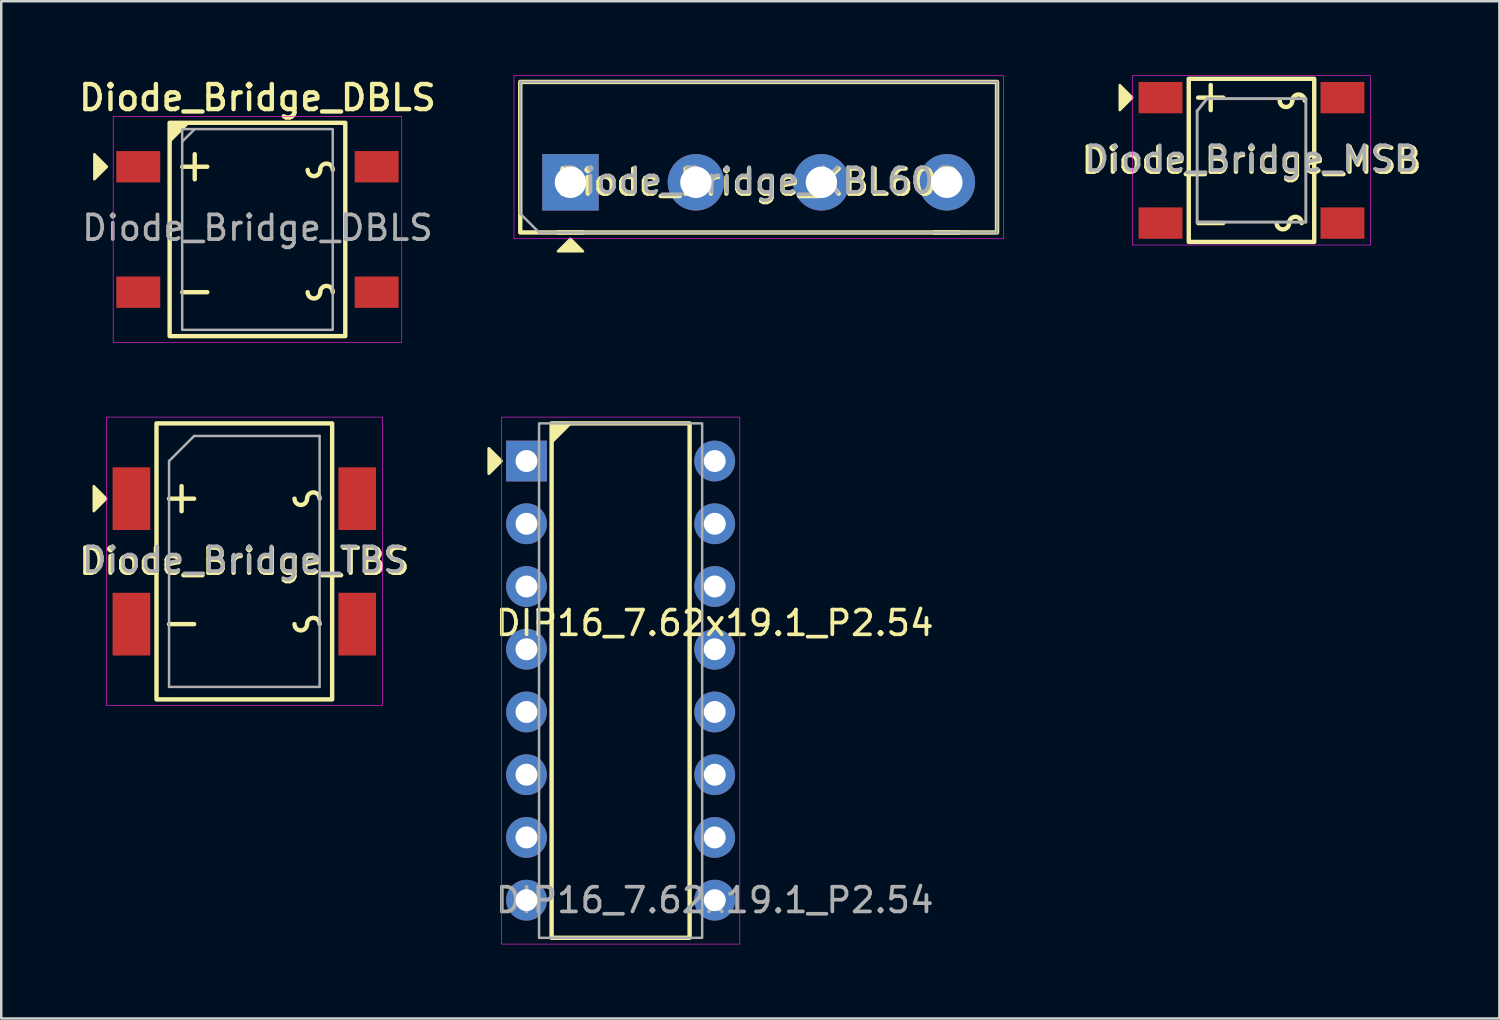
<source format=kicad_pcb>
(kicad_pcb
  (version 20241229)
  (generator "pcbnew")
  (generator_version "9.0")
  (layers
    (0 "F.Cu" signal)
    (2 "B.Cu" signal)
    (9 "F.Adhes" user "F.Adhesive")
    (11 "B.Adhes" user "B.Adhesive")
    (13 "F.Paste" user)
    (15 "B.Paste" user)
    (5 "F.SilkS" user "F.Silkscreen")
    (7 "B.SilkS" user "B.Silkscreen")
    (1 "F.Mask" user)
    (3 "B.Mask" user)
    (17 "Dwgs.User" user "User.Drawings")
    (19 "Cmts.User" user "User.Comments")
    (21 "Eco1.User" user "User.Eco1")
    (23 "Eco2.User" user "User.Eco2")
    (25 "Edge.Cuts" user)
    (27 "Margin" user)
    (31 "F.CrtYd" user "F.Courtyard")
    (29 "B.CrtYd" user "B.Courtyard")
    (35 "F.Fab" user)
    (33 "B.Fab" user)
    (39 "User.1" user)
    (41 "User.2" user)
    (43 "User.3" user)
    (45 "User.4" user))
  (footprint "Diode_Bridge_DBLS"
    (layer "F.Cu")
    (at 7.374 6.24)
    (property "Reference" "Diode_Bridge_DBLS" (at 0 -5.334 0) (layer "F.SilkS") (effects (font (size 1.016 1.016) (thickness 0.178))))
    (attr smd)
    (fp_line (start -3.048 -2.54) (end -2.032 -2.54) (stroke (width 0.178) (type solid)) (layer "F.SilkS"))
    (fp_line (start -3.048 2.54) (end -2.032 2.54) (stroke (width 0.178) (type solid)) (layer "F.SilkS"))
    (fp_line (start -2.54 -3.048) (end -2.54 -2.032) (stroke (width 0.178) (type solid)) (layer "F.SilkS"))
    (fp_rect (start -3.556 -4.318) (end 3.556 4.318) (stroke (width 0.178) (type solid)) (fill no) (layer "F.SilkS"))
    (fp_arc (start 2.54 -2.413) (mid 2.286 -2.159) (end 2.032 -2.413) (stroke (width 0.1778) (type solid)) (layer "F.SilkS"))
    (fp_arc (start 2.54 -2.413) (mid 2.794 -2.667) (end 3.048 -2.413) (stroke (width 0.1778) (type solid)) (layer "F.SilkS"))
    (fp_arc (start 2.54 2.54) (mid 2.286 2.794) (end 2.032 2.54) (stroke (width 0.1778) (type solid)) (layer "F.SilkS"))
    (fp_arc (start 2.54 2.54) (mid 2.794 2.286) (end 3.048 2.54) (stroke (width 0.1778) (type solid)) (layer "F.SilkS"))
    (fp_poly (pts (xy -6.096 -2.54) (xy -6.604 -2.032) (xy -6.604 -3.048)) (stroke (width 0.1) (type solid)) (fill yes) (layer "F.SilkS"))
    (fp_poly (pts (xy -3.556 -3.556) (xy -3.556 -4.318) (xy -2.794 -4.318)) (stroke (width 0.1) (type solid)) (fill yes) (layer "F.SilkS"))
    (fp_rect (start -5.842 -4.572) (end 5.842 4.572) (stroke (width 0.025) (type solid)) (fill no) (layer "F.CrtYd"))
    (fp_line (start -3.048 -3.556) (end -2.54 -4.064) (stroke (width 0.1) (type solid)) (layer "F.Fab"))
    (fp_rect (start -3.048 -4.064) (end 3.048 4.064) (stroke (width 0.1) (type solid)) (fill no) (layer "F.Fab"))
    (fp_text user "${REFERENCE}" (at 0 -0.065 0) (layer "F.Fab") (effects (font (size 1 1) (thickness 0.15))))
    (pad "1" smd rect (at -4.826 -2.54) (size 1.778 1.27) (layers "F.Cu" "F.Mask" "F.Paste"))
    (pad "2" smd rect (at -4.826 2.54) (size 1.778 1.27) (layers "F.Cu" "F.Mask" "F.Paste"))
    (pad "3" smd rect (at 4.826 2.54) (size 1.778 1.27) (layers "F.Cu" "F.Mask" "F.Paste"))
    (pad "4" smd rect (at 4.826 -2.54) (size 1.778 1.27) (layers "F.Cu" "F.Mask" "F.Paste")))
  (footprint "DIP16_7.62x19.1_P2.54"
    (layer "F.Cu")
    (at 22.077 24.506)
    (property "Reference" "DIP16_7.62x19.1_P2.54" (at 3.81 -2.33 0) (layer "F.SilkS") (effects (font (size 1 1) (thickness 0.15))))
    (attr through_hole)
    (fp_rect (start -2.794 -10.414) (end 2.794 10.414) (stroke (width 0.178) (type solid)) (fill no) (layer "F.SilkS"))
    (fp_poly (pts (xy -4.826 -8.89) (xy -5.334 -8.382) (xy -5.334 -9.398)) (stroke (width 0.12) (type solid)) (fill yes) (layer "F.SilkS"))
    (fp_poly (pts (xy -2.794 -9.652) (xy -2.794 -10.414) (xy -2.032 -10.414)) (stroke (width 0.12) (type solid)) (fill yes) (layer "F.SilkS"))
    (fp_rect (start -4.826 10.668) (end 4.826 -10.668) (stroke (width 0.025) (type solid)) (fill no) (layer "F.CrtYd"))
    (fp_rect (start -3.302 10.414) (end 3.302 -10.414) (stroke (width 0.1) (type solid)) (fill no) (layer "F.Fab"))
    (fp_text user "${REFERENCE}" (at 3.81 8.89 0) (layer "F.Fab") (effects (font (size 1 1) (thickness 0.15))))
    (pad "1" thru_hole rect (at -3.81 -8.89) (size 1.651 1.651) (drill 0.889) (layers "*.Cu" "*.Mask"))
    (pad "2" thru_hole circle (at -3.81 -6.35) (size 1.651 1.651) (drill 0.889) (layers "*.Cu" "*.Mask"))
    (pad "3" thru_hole circle (at -3.81 -3.81) (size 1.651 1.651) (drill 0.889) (layers "*.Cu" "*.Mask"))
    (pad "4" thru_hole circle (at -3.81 -1.27) (size 1.651 1.651) (drill 0.889) (layers "*.Cu" "*.Mask"))
    (pad "5" thru_hole circle (at -3.81 1.27) (size 1.651 1.651) (drill 0.889) (layers "*.Cu" "*.Mask"))
    (pad "6" thru_hole circle (at -3.81 3.81) (size 1.651 1.651) (drill 0.889) (layers "*.Cu" "*.Mask"))
    (pad "7" thru_hole circle (at -3.81 6.35) (size 1.651 1.651) (drill 0.889) (layers "*.Cu" "*.Mask"))
    (pad "8" thru_hole circle (at -3.81 8.89) (size 1.651 1.651) (drill 0.889) (layers "*.Cu" "*.Mask"))
    (pad "9" thru_hole circle (at 3.81 8.89) (size 1.651 1.651) (drill 0.889) (layers "*.Cu" "*.Mask"))
    (pad "10" thru_hole circle (at 3.81 6.35) (size 1.651 1.651) (drill 0.889) (layers "*.Cu" "*.Mask"))
    (pad "11" thru_hole circle (at 3.81 3.81) (size 1.651 1.651) (drill 0.889) (layers "*.Cu" "*.Mask"))
    (pad "12" thru_hole circle (at 3.81 1.27) (size 1.651 1.651) (drill 0.889) (layers "*.Cu" "*.Mask"))
    (pad "13" thru_hole circle (at 3.81 -1.27) (size 1.651 1.651) (drill 0.889) (layers "*.Cu" "*.Mask"))
    (pad "14" thru_hole circle (at 3.81 -3.81) (size 1.651 1.651) (drill 0.889) (layers "*.Cu" "*.Mask"))
    (pad "15" thru_hole circle (at 3.81 -6.35) (size 1.651 1.651) (drill 0.889) (layers "*.Cu" "*.Mask"))
    (pad "16" thru_hole circle (at 3.81 -8.89) (size 1.651 1.651) (drill 0.889) (layers "*.Cu" "*.Mask")))
  (footprint "Diode_Bridge_KBL608"
    (layer "F.Cu")
    (at 27.666 4.331)
    (property "Reference" "Diode_Bridge_KBL608" (at 0 0 0) (layer "F.SilkS") (effects (font (size 1.016 1.016) (thickness 0.178))))
    (attr smd)
    (fp_line (start -8.128 2.032) (end -7.112 2.032) (stroke (width 0.178) (type solid)) (layer "F.SilkS"))
    (fp_line (start 7.112 2.032) (end 8.128 2.032) (stroke (width 0.178) (type solid)) (layer "F.SilkS"))
    (fp_rect (start -9.652 -4.064) (end 9.652 2.032) (stroke (width 0.178) (type solid)) (fill no) (layer "F.SilkS"))
    (fp_poly (pts (xy -7.62 2.286) (xy -7.112 2.794) (xy -8.128 2.794)) (stroke (width 0.1) (type solid)) (fill yes) (layer "F.SilkS"))
    (fp_rect (start -9.906 -4.318) (end 9.906 2.286) (stroke (width 0.025) (type solid)) (fill no) (layer "F.CrtYd"))
    (fp_line (start -9.652 -4.064) (end 9.652 -4.064) (stroke (width 0.1) (type solid)) (layer "F.Fab"))
    (fp_line (start -9.652 1.27) (end -9.652 -4.064) (stroke (width 0.1) (type solid)) (layer "F.Fab"))
    (fp_line (start -8.89 2.032) (end -9.652 1.27) (stroke (width 0.1) (type solid)) (layer "F.Fab"))
    (fp_line (start 9.652 -4.064) (end 9.652 2.032) (stroke (width 0.1) (type solid)) (layer "F.Fab"))
    (fp_line (start 9.652 2.032) (end -8.89 2.032) (stroke (width 0.1) (type solid)) (layer "F.Fab"))
    (fp_text user "${REFERENCE}" (at 0 -0.065 0) (layer "F.Fab") (effects (font (size 1 1) (thickness 0.15))))
    (pad "1" thru_hole rect (at -7.62 0) (size 2.286 2.286) (drill 1.27) (layers "*.Cu" "*.Mask"))
    (pad "2" thru_hole circle (at -2.54 0) (size 2.286 2.286) (drill 1.27) (layers "*.Cu" "*.Mask"))
    (pad "3" thru_hole circle (at 2.54 0) (size 2.286 2.286) (drill 1.27) (layers "*.Cu" "*.Mask"))
    (pad "4" thru_hole circle (at 7.62 0) (size 2.286 2.286) (drill 1.27) (layers "*.Cu" "*.Mask")))
  (footprint "Diode_Bridge_TBS"
    (layer "F.Cu")
    (at 6.842 19.68)
    (property "Reference" "Diode_Bridge_TBS" (at 0 0 0) (layer "F.SilkS") (effects (font (size 1.016 1.016) (thickness 0.178))))
    (attr smd)
    (fp_line (start -3.048 -2.54) (end -2.032 -2.54) (stroke (width 0.178) (type solid)) (layer "F.SilkS"))
    (fp_line (start -3.048 2.54) (end -2.032 2.54) (stroke (width 0.178) (type solid)) (layer "F.SilkS"))
    (fp_line (start -2.54 -3.048) (end -2.54 -2.032) (stroke (width 0.178) (type solid)) (layer "F.SilkS"))
    (fp_rect (start -3.556 -5.588) (end 3.556 5.588) (stroke (width 0.178) (type solid)) (fill no) (layer "F.SilkS"))
    (fp_arc (start 2.54 -2.54) (mid 2.286 -2.286) (end 2.032 -2.54) (stroke (width 0.1778) (type solid)) (layer "F.SilkS"))
    (fp_arc (start 2.54 -2.54) (mid 2.794 -2.794) (end 3.048 -2.54) (stroke (width 0.1778) (type solid)) (layer "F.SilkS"))
    (fp_arc (start 2.54 2.54) (mid 2.286 2.794) (end 2.032 2.54) (stroke (width 0.1778) (type solid)) (layer "F.SilkS"))
    (fp_arc (start 2.54 2.54) (mid 2.794 2.286) (end 3.048 2.54) (stroke (width 0.1778) (type solid)) (layer "F.SilkS"))
    (fp_poly (pts (xy -5.588 -2.54) (xy -6.096 -2.032) (xy -6.096 -3.048)) (stroke (width 0.1) (type solid)) (fill yes) (layer "F.SilkS"))
    (fp_rect (start -5.588 -5.842) (end 5.588 5.842) (stroke (width 0.025) (type solid)) (fill no) (layer "F.CrtYd"))
    (fp_line (start -3.048 -4.064) (end -3.048 5.08) (stroke (width 0.1) (type solid)) (layer "F.Fab"))
    (fp_line (start -3.048 5.08) (end 3.048 5.08) (stroke (width 0.1) (type solid)) (layer "F.Fab"))
    (fp_line (start -2.032 -5.08) (end -3.048 -4.064) (stroke (width 0.1) (type solid)) (layer "F.Fab"))
    (fp_line (start 3.048 -5.08) (end -2.032 -5.08) (stroke (width 0.1) (type solid)) (layer "F.Fab"))
    (fp_line (start 3.048 5.08) (end 3.048 -5.08) (stroke (width 0.1) (type solid)) (layer "F.Fab"))
    (fp_text user "${REFERENCE}" (at 0 -0.065 0) (layer "F.Fab") (effects (font (size 1 1) (thickness 0.15))))
    (pad "1" smd rect (at -4.572 -2.54) (size 1.524 2.54) (layers "F.Cu" "F.Mask" "F.Paste"))
    (pad "2" smd rect (at -4.572 2.54) (size 1.524 2.54) (layers "F.Cu" "F.Mask" "F.Paste"))
    (pad "3" smd rect (at 4.572 2.54) (size 1.524 2.54) (layers "F.Cu" "F.Mask" "F.Paste"))
    (pad "4" smd rect (at 4.572 -2.54) (size 1.524 2.54) (layers "F.Cu" "F.Mask" "F.Paste")))
  (footprint "Diode_Bridge_MSB"
    (layer "F.Cu")
    (at 47.62 3.442)
    (property "Reference" "Diode_Bridge_MSB" (at 0 0 0) (layer "F.SilkS") (effects (font (size 1.016 1.016) (thickness 0.178))))
    (attr smd)
    (fp_line (start -2.159 -2.54) (end -1.143 -2.54) (stroke (width 0.178) (type solid)) (layer "F.SilkS"))
    (fp_line (start -2.159 2.54) (end -1.143 2.54) (stroke (width 0.178) (type solid)) (layer "F.SilkS"))
    (fp_line (start -1.651 -3.048) (end -1.651 -2.032) (stroke (width 0.178) (type solid)) (layer "F.SilkS"))
    (fp_rect (start -2.54 -3.302) (end 2.54 3.302) (stroke (width 0.178) (type solid)) (fill no) (layer "F.SilkS"))
    (fp_arc (start 1.524 2.54) (mid 1.27 2.794) (end 1.016 2.54) (stroke (width 0.1778) (type solid)) (layer "F.SilkS"))
    (fp_arc (start 1.524 2.54) (mid 1.778 2.286) (end 2.032 2.54) (stroke (width 0.1778) (type solid)) (layer "F.SilkS"))
    (fp_arc (start 1.651 -2.413) (mid 1.397 -2.159) (end 1.143 -2.413) (stroke (width 0.1778) (type solid)) (layer "F.SilkS"))
    (fp_arc (start 1.651 -2.413) (mid 1.905 -2.667) (end 2.159 -2.413) (stroke (width 0.1778) (type solid)) (layer "F.SilkS"))
    (fp_poly (pts (xy -4.826 -2.54) (xy -5.334 -2.032) (xy -5.334 -3.048)) (stroke (width 0.1) (type solid)) (fill yes) (layer "F.SilkS"))
    (fp_rect (start -4.826 -3.429) (end 4.826 3.429) (stroke (width 0.025) (type solid)) (fill no) (layer "F.CrtYd"))
    (fp_line (start -2.2 -2) (end -2.2 2.5) (stroke (width 0.12) (type solid)) (layer "F.Fab"))
    (fp_line (start -2.2 2.5) (end 2.2 2.5) (stroke (width 0.12) (type solid)) (layer "F.Fab"))
    (fp_line (start -1.8 -2.5) (end -2.2 -2) (stroke (width 0.12) (type solid)) (layer "F.Fab"))
    (fp_line (start 2.2 -2.5) (end -1.8 -2.5) (stroke (width 0.12) (type solid)) (layer "F.Fab"))
    (fp_line (start 2.2 2.5) (end 2.2 -2.5) (stroke (width 0.12) (type solid)) (layer "F.Fab"))
    (fp_text user "${REFERENCE}" (at 0 -0.065 0) (layer "F.Fab") (effects (font (size 1 1) (thickness 0.15))))
    (pad "1" smd rect (at -3.683 -2.54) (size 1.778 1.27) (layers "F.Cu" "F.Mask" "F.Paste"))
    (pad "2" smd rect (at -3.683 2.54) (size 1.778 1.27) (layers "F.Cu" "F.Mask" "F.Paste"))
    (pad "3" smd rect (at 3.683 2.54) (size 1.778 1.27) (layers "F.Cu" "F.Mask" "F.Paste"))
    (pad "4" smd rect (at 3.683 -2.54) (size 1.778 1.27) (layers "F.Cu" "F.Mask" "F.Paste")))
  (gr_rect
    (start -3 -3)
    (end 57.656 38.186)
    (stroke (width 0.1) (type default))
    (fill no)
    (layer "Edge.Cuts")))
</source>
